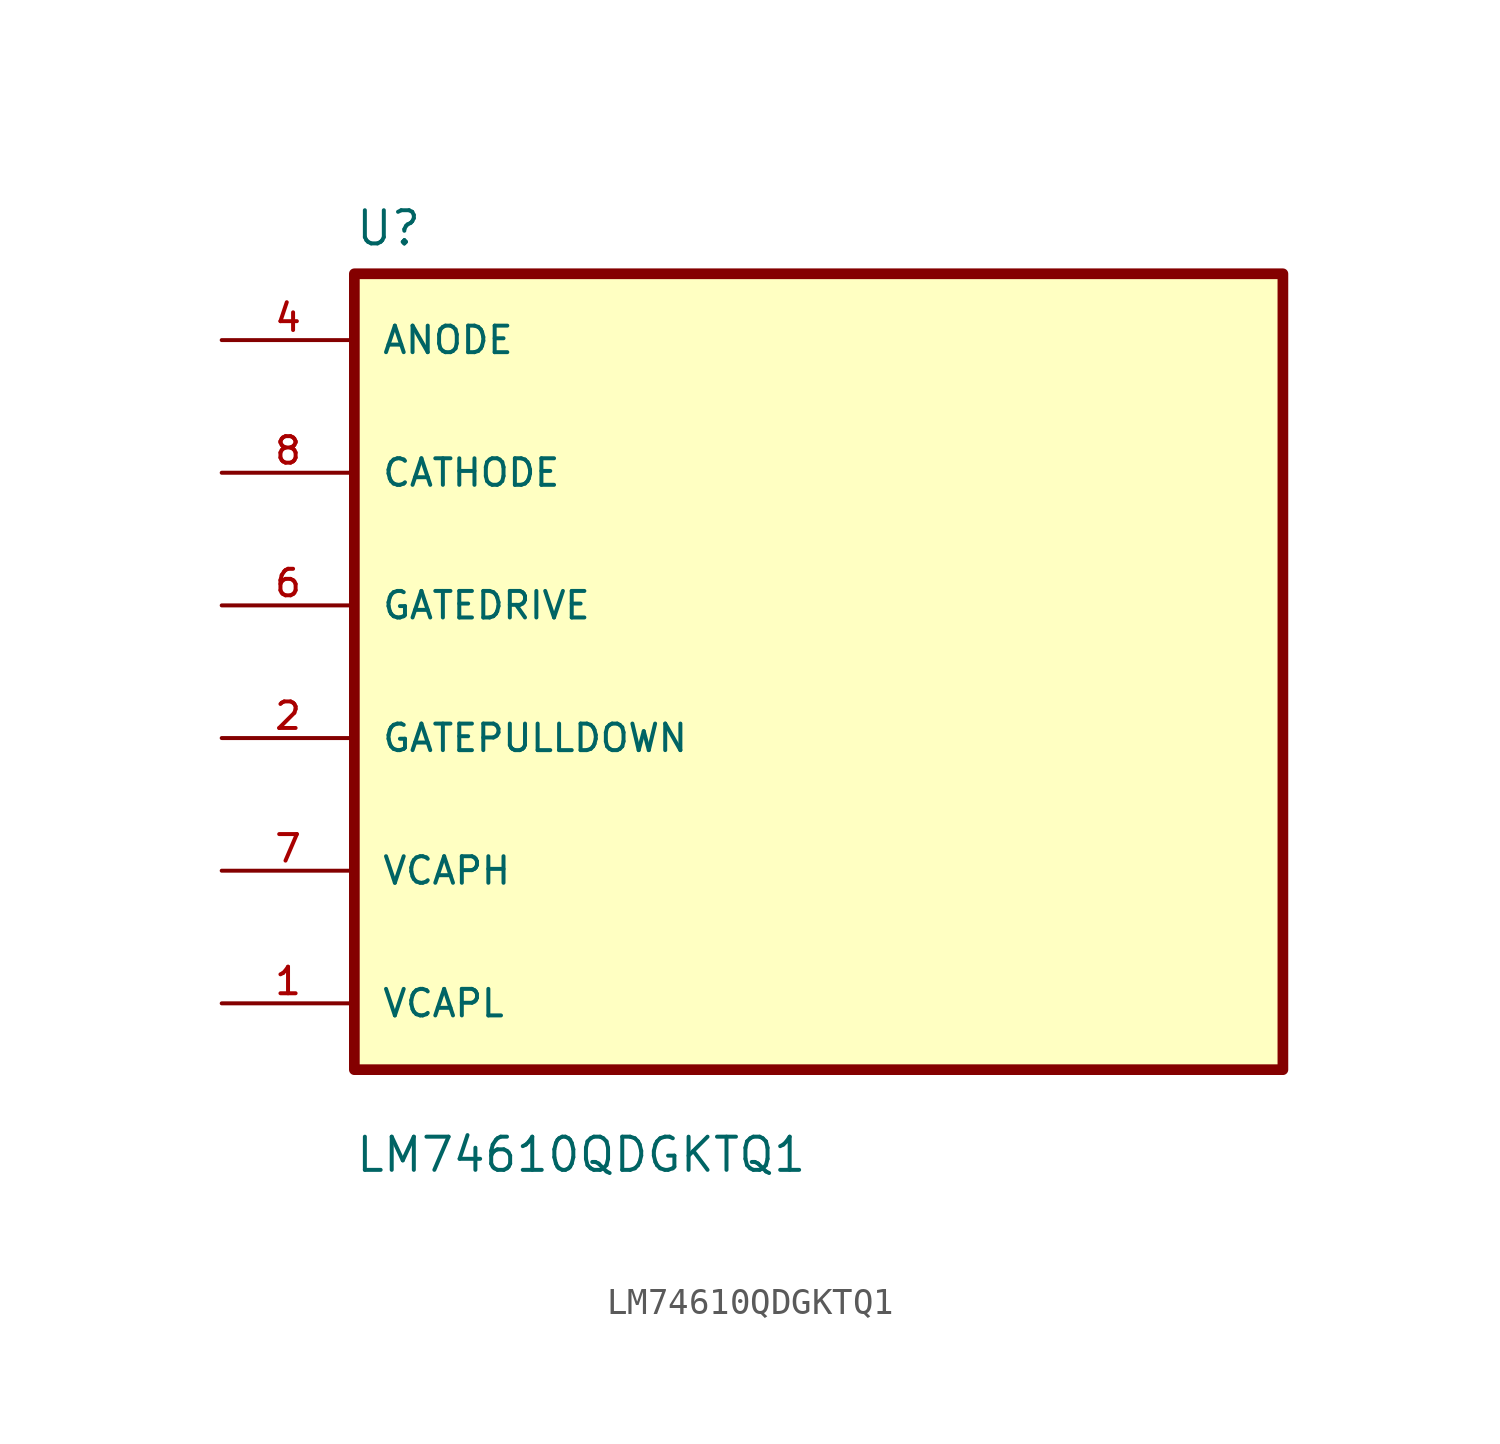
<source format=kicad_sym>
(kicad_symbol_lib
  (version 20211014)
  (generator kicad_symbol_editor)
  (symbol "LM74610QDGKTQ1"
    (pin_names
      (offset 1.016))
    (property "Reference" "U"
      (at -17.78 16.24 0.0)
      (effects (font (size 1.27 1.27)) (justify bottom left)))
    (property "Value" "LM74610QDGKTQ1"
      (at -17.78 -19.24 0.0)
      (effects (font (size 1.27 1.27)) (justify bottom left)))
    (symbol "LM74610QDGKTQ1_0_0"
      (rectangle (start -17.78 -15.24) (end 17.78 15.24) (stroke (width 0.41)) (fill (type background)))
      (pin bidirectional line (at -22.86 12.7 0) (length 5.08) (name "ANODE" (effects (font (size 1.016 1.016)))) (number "4" (effects (font (size 1.016 1.016)))))
      (pin bidirectional line (at -22.86 7.62 0) (length 5.08) (name "CATHODE" (effects (font (size 1.016 1.016)))) (number "8" (effects (font (size 1.016 1.016)))))
      (pin bidirectional line (at -22.86 2.54 0) (length 5.08) (name "GATEDRIVE" (effects (font (size 1.016 1.016)))) (number "6" (effects (font (size 1.016 1.016)))))
      (pin bidirectional line (at -22.86 -2.54 0) (length 5.08) (name "GATEPULLDOWN" (effects (font (size 1.016 1.016)))) (number "2" (effects (font (size 1.016 1.016)))))
      (pin bidirectional line (at -22.86 -7.62 0) (length 5.08) (name "VCAPH" (effects (font (size 1.016 1.016)))) (number "7" (effects (font (size 1.016 1.016)))))
      (pin bidirectional line (at -22.86 -12.7 0) (length 5.08) (name "VCAPL" (effects (font (size 1.016 1.016)))) (number "1" (effects (font (size 1.016 1.016))))))))
</source>
